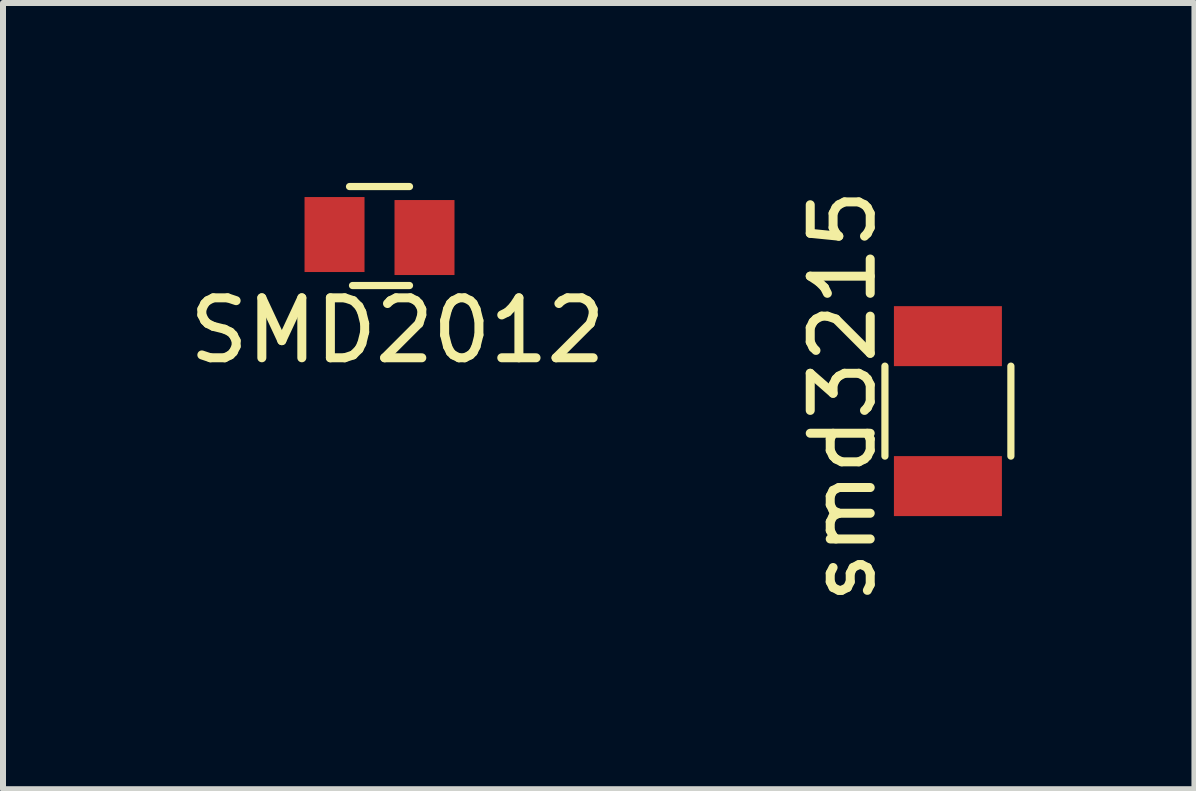
<source format=kicad_pcb>
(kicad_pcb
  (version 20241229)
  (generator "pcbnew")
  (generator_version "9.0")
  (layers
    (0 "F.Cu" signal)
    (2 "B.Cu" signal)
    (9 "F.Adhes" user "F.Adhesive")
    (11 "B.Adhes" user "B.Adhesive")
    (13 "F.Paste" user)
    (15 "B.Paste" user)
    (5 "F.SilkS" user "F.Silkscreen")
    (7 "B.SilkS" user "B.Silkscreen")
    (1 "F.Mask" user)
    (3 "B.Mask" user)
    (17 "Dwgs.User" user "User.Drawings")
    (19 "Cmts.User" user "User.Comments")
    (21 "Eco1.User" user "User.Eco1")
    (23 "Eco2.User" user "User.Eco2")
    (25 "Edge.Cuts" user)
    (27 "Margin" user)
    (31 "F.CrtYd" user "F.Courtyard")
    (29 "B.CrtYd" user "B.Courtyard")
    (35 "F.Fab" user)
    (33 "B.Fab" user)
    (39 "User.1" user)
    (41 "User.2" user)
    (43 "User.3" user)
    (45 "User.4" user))
  (footprint "smd3215"
    (layer "F.Cu")
    (at 12.753 3.804)
    (property "Reference" "smd3215" (at -1.75 -0.25 90) (layer "F.SilkS") (effects (font (size 1 1) (thickness 0.15))))
    (attr through_hole)
    (fp_line (start -1.05 0.75) (end -1.05 -0.75) (stroke (width 0.12) (type solid)) (layer "F.SilkS"))
    (fp_line (start 1.05 -0.75) (end 1.05 0.75) (stroke (width 0.12) (type solid)) (layer "F.SilkS"))
    (pad "1" smd rect (at 0 -1.25 180) (size 1.8 1) (layers "F.Cu" "F.Mask" "F.Paste"))
    (pad "2" smd rect (at 0 1.25 180) (size 1.8 1) (layers "F.Cu" "F.Mask" "F.Paste")))
  (footprint "SMD2012"
    (layer "F.Cu")
    (at 2.527 0.86)
    (property "Reference" "SMD2012" (at 1.05 1.6 0) (layer "F.SilkS") (effects (font (size 1 1) (thickness 0.15))))
    (attr through_hole)
    (fp_line (start 0.25 -0.8) (end 1.25 -0.8) (stroke (width 0.12) (type solid)) (layer "F.SilkS"))
    (fp_line (start 0.3 0.85) (end 1.25 0.85) (stroke (width 0.12) (type solid)) (layer "F.SilkS"))
    (pad "1" smd rect (at 0 0 90) (size 1.25 1) (layers "F.Cu" "F.Mask" "F.Paste"))
    (pad "2" smd rect (at 1.5 0.05 90) (size 1.25 1) (layers "F.Cu" "F.Mask" "F.Paste")))
  (gr_rect
    (start -3 -3)
    (end 16.863 10.107)
    (stroke (width 0.1) (type default))
    (fill no)
    (layer "Edge.Cuts")))
</source>
